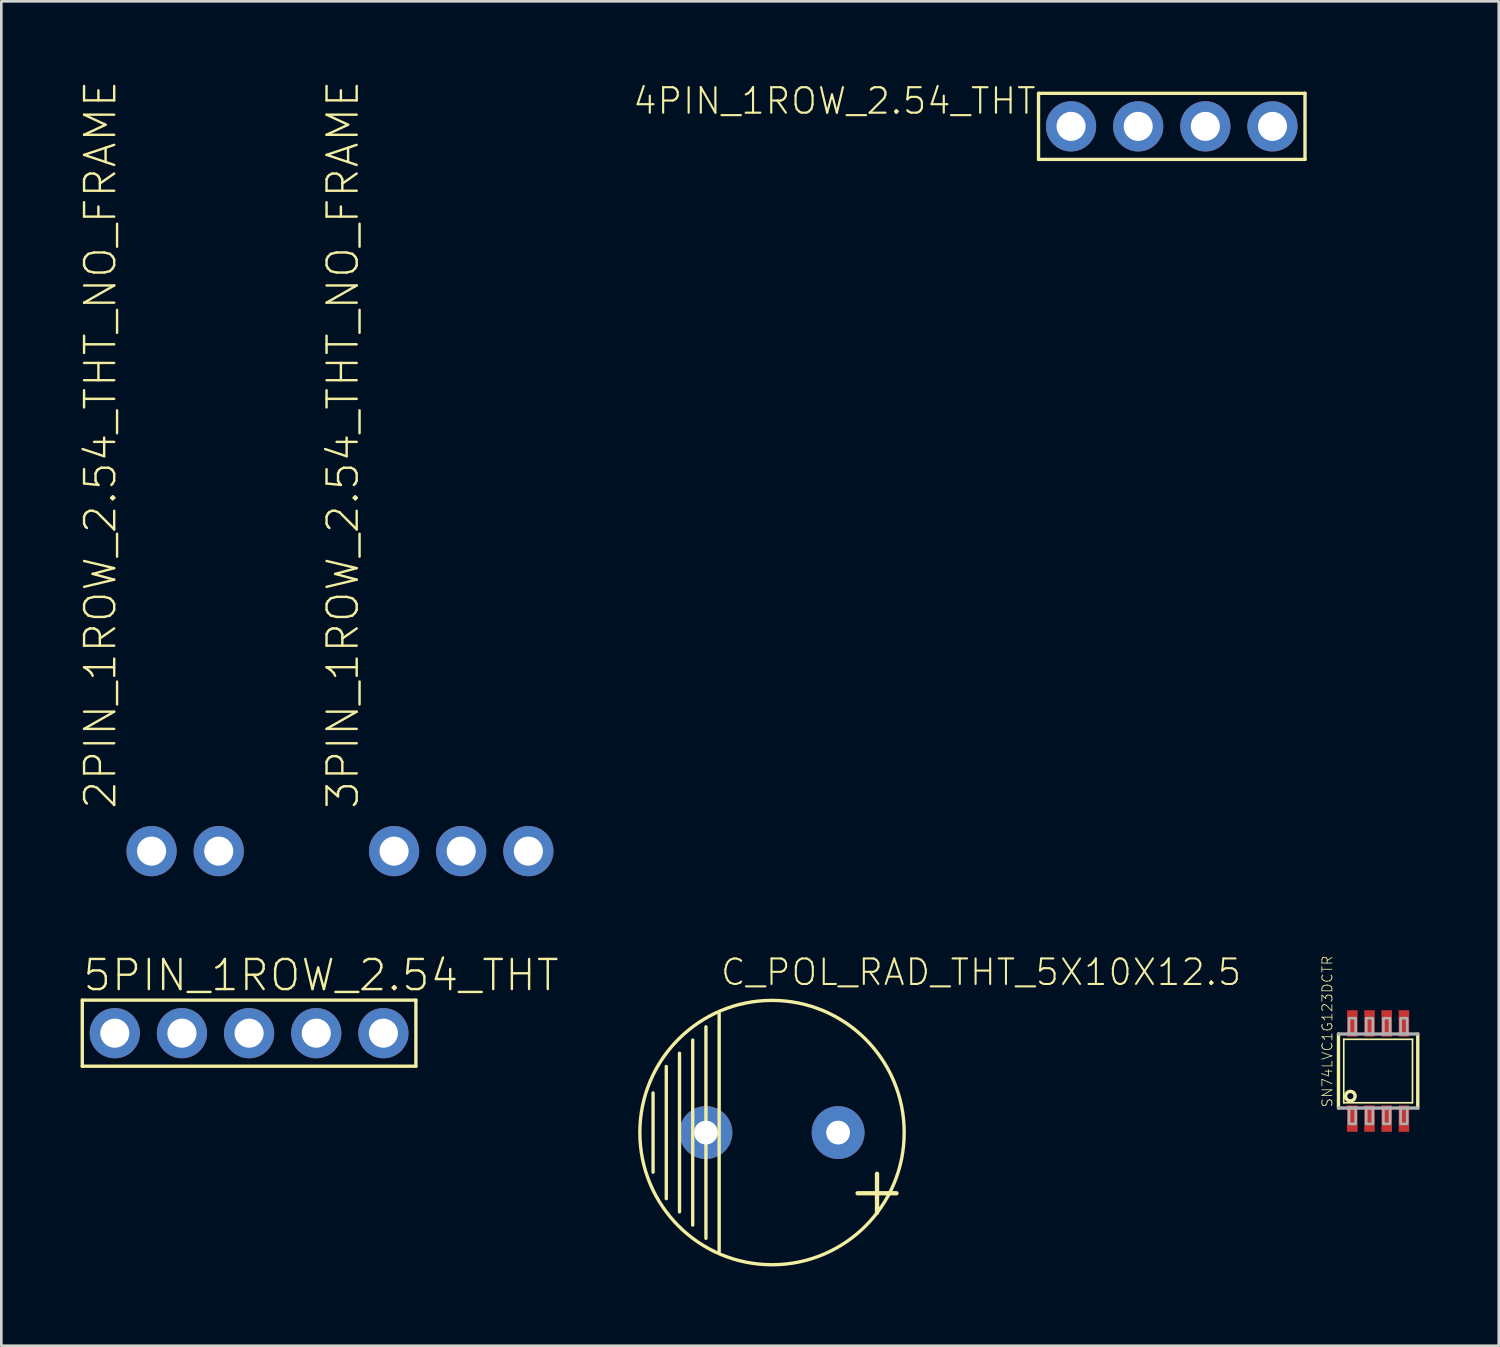
<source format=kicad_pcb>
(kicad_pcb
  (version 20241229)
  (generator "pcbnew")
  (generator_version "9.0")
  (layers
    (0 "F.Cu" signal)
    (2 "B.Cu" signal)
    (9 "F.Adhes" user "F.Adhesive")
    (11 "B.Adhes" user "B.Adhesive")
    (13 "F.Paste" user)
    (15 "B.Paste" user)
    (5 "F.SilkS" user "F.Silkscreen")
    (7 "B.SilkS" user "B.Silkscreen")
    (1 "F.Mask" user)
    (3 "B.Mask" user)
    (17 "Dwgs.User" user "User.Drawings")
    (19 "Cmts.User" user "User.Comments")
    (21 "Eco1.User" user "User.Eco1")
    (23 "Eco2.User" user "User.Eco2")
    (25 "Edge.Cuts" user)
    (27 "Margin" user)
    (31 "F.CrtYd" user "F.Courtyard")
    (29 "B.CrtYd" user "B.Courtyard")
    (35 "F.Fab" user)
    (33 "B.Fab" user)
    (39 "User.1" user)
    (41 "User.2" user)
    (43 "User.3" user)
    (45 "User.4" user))
  (footprint "C_POL_RAD_THT_5X10X12.5"
    (layer "F.Cu")
    (at 26.155 39.794)
    (property "Reference" "C_POL_RAD_THT_5X10X12.5" (at -2 -5.5 180) (layer "F.SilkS") (effects (font (size 0.965 0.965) (thickness 0.077)) (justify left bottom)))
    (attr through_hole)
    (fp_line (start -4.5 -1.5) (end -4.5 1.5) (stroke (width 0.127) (type solid)) (layer "F.SilkS"))
    (fp_line (start -4 -2.5) (end -4 2.5) (stroke (width 0.127) (type solid)) (layer "F.SilkS"))
    (fp_line (start -3.5 -3) (end -3.5 3) (stroke (width 0.127) (type solid)) (layer "F.SilkS"))
    (fp_line (start -3 -3.5) (end -3 3.5) (stroke (width 0.127) (type solid)) (layer "F.SilkS"))
    (fp_line (start -2.5 -4) (end -2.5 4) (stroke (width 0.127) (type solid)) (layer "F.SilkS"))
    (fp_line (start -2 -4.5) (end -2 4.5) (stroke (width 0.127) (type solid)) (layer "F.SilkS"))
    (fp_circle (center 0 0) (end 5 0) (stroke (width 0.127) (type solid)) (fill no) (layer "F.SilkS"))
    (fp_text user "+" (at 2.67 3.275 0) (layer "F.SilkS") (effects (font (size 1.93 1.93) (thickness 0.163)) (justify left bottom)))
    (pad "+" thru_hole circle (at 2.5 0) (size 2 2) (drill 0.9) (layers "*.Cu" "*.Mask"))
    (pad "-" thru_hole circle (at -2.5 0) (size 2 2) (drill 0.9) (layers "*.Cu" "*.Mask")))
  (footprint "2PIN_1ROW_2.54_THT_NO_FRAME"
    (layer "F.Cu")
    (at 3.954 29.147)
    (property "Reference" "2PIN_1ROW_2.54_THT_NO_FRAME" (at -2.54 -1.524 90) (layer "F.SilkS") (effects (font (size 1.14 1.14) (thickness 0.091)) (justify left bottom)))
    (attr through_hole)
    (pad "1" thru_hole circle (at -1.27 0 180) (size 1.9 1.9) (drill 1.1) (layers "*.Cu" "*.Mask"))
    (pad "2" thru_hole circle (at 1.27 0) (size 1.9 1.9) (drill 1.1) (layers "*.Cu" "*.Mask")))
  (footprint "SN74LVC1G123DCTR"
    (layer "F.Cu")
    (at 49.083 37.466)
    (property "Reference" "SN74LVC1G123DCTR" (at -1.7 1.4 90) (layer "F.SilkS") (effects (font (size 0.38 0.38) (thickness 0.03)) (justify left bottom)))
    (attr through_hole)
    (fp_line (start -1.5 -1.4) (end -1.5 1.4) (stroke (width 0.127) (type solid)) (layer "F.SilkS"))
    (fp_line (start -1.3 -1.2) (end 1.3 -1.2) (stroke (width 0.063) (type solid)) (layer "F.SilkS"))
    (fp_line (start -1.3 1.2) (end -1.3 -1.2) (stroke (width 0.063) (type solid)) (layer "F.SilkS"))
    (fp_line (start 1.3 -1.2) (end 1.3 1.2) (stroke (width 0.063) (type solid)) (layer "F.SilkS"))
    (fp_line (start 1.3 1.2) (end -1.3 1.2) (stroke (width 0.063) (type solid)) (layer "F.SilkS"))
    (fp_line (start 1.5 1.4) (end 1.5 -1.4) (stroke (width 0.127) (type solid)) (layer "F.SilkS"))
    (fp_circle (center -1.05 0.95) (end -0.87 0.95) (stroke (width 0.127) (type solid)) (fill no) (layer "F.SilkS"))
    (fp_line (start -1.5 1.4) (end 1.5 1.4) (stroke (width 0.127) (type solid)) (layer "F.Fab"))
    (fp_line (start 1.5 -1.4) (end -1.5 -1.4) (stroke (width 0.127) (type solid)) (layer "F.Fab"))
    (fp_poly (pts (xy -1.1 -1.4) (xy -0.85 -1.4) (xy -0.85 -2) (xy -1.1 -2)) (stroke (width 0.1) (type solid)) (fill no) (layer "F.Fab"))
    (fp_poly (pts (xy -1.1 2) (xy -0.85 2) (xy -0.85 1.4) (xy -1.1 1.4)) (stroke (width 0.1) (type solid)) (fill no) (layer "F.Fab"))
    (fp_poly (pts (xy -0.45 -1.4) (xy -0.2 -1.4) (xy -0.2 -2) (xy -0.45 -2)) (stroke (width 0.1) (type solid)) (fill no) (layer "F.Fab"))
    (fp_poly (pts (xy -0.45 2) (xy -0.2 2) (xy -0.2 1.4) (xy -0.45 1.4)) (stroke (width 0.1) (type solid)) (fill no) (layer "F.Fab"))
    (fp_poly (pts (xy 0.2 -1.4) (xy 0.45 -1.4) (xy 0.45 -2) (xy 0.2 -2)) (stroke (width 0.1) (type solid)) (fill no) (layer "F.Fab"))
    (fp_poly (pts (xy 0.2 2) (xy 0.45 2) (xy 0.45 1.4) (xy 0.2 1.4)) (stroke (width 0.1) (type solid)) (fill no) (layer "F.Fab"))
    (fp_poly (pts (xy 0.85 -1.4) (xy 1.1 -1.4) (xy 1.1 -2) (xy 0.85 -2)) (stroke (width 0.1) (type solid)) (fill no) (layer "F.Fab"))
    (fp_poly (pts (xy 0.85 2) (xy 1.1 2) (xy 1.1 1.4) (xy 0.85 1.4)) (stroke (width 0.1) (type solid)) (fill no) (layer "F.Fab"))
    (pad "1" smd rect (at -0.975 1.8) (size 0.4 1) (layers "F.Cu" "F.Mask" "F.Paste"))
    (pad "2" smd rect (at -0.325 1.8) (size 0.4 1) (layers "F.Cu" "F.Mask" "F.Paste"))
    (pad "3" smd rect (at 0.325 1.8) (size 0.4 1) (layers "F.Cu" "F.Mask" "F.Paste"))
    (pad "4" smd rect (at 0.975 1.8) (size 0.4 1) (layers "F.Cu" "F.Mask" "F.Paste"))
    (pad "5" smd rect (at 0.975 -1.8) (size 0.4 1) (layers "F.Cu" "F.Mask" "F.Paste"))
    (pad "6" smd rect (at 0.325 -1.8) (size 0.4 1) (layers "F.Cu" "F.Mask" "F.Paste"))
    (pad "7" smd rect (at -0.325 -1.8) (size 0.4 1) (layers "F.Cu" "F.Mask" "F.Paste"))
    (pad "8" smd rect (at -0.975 -1.8) (size 0.4 1) (layers "F.Cu" "F.Mask" "F.Paste")))
  (footprint "3PIN_1ROW_2.54_THT_NO_FRAME"
    (layer "F.Cu")
    (at 14.397 29.147)
    (property "Reference" "3PIN_1ROW_2.54_THT_NO_FRAME" (at -3.81 -1.524 270) (layer "F.SilkS") (effects (font (size 1.14 1.14) (thickness 0.091)) (justify left bottom)))
    (attr through_hole)
    (pad "1" thru_hole circle (at -2.54 0 180) (size 1.9 1.9) (drill 1.1) (layers "*.Cu" "*.Mask"))
    (pad "2" thru_hole circle (at 0 0) (size 1.9 1.9) (drill 1.1) (layers "*.Cu" "*.Mask"))
    (pad "3" thru_hole circle (at 2.54 0) (size 1.9 1.9) (drill 1.1) (layers "*.Cu" "*.Mask")))
  (footprint "5PIN_1ROW_2.54_THT"
    (layer "F.Cu")
    (at 6.373 36.034)
    (property "Reference" "5PIN_1ROW_2.54_THT" (at -6.35 -1.524 180) (layer "F.SilkS") (effects (font (size 1.14 1.14) (thickness 0.091)) (justify left bottom)))
    (attr through_hole)
    (fp_line (start -6.31 -1.25) (end -6.31 1.25) (stroke (width 0.127) (type solid)) (layer "F.SilkS"))
    (fp_line (start -6.31 1.25) (end 6.31 1.25) (stroke (width 0.127) (type solid)) (layer "F.SilkS"))
    (fp_line (start 6.31 -1.25) (end -6.31 -1.25) (stroke (width 0.127) (type solid)) (layer "F.SilkS"))
    (fp_line (start 6.31 1.25) (end 6.31 -1.25) (stroke (width 0.127) (type solid)) (layer "F.SilkS"))
    (pad "1" thru_hole circle (at -5.08 0 180) (size 1.9 1.9) (drill 1.1) (layers "*.Cu" "*.Mask"))
    (pad "2" thru_hole circle (at -2.54 0) (size 1.9 1.9) (drill 1.1) (layers "*.Cu" "*.Mask"))
    (pad "3" thru_hole circle (at 0 0) (size 1.9 1.9) (drill 1.1) (layers "*.Cu" "*.Mask"))
    (pad "4" thru_hole circle (at 2.54 0) (size 1.9 1.9) (drill 1.1) (layers "*.Cu" "*.Mask"))
    (pad "5" thru_hole circle (at 5.08 0) (size 1.9 1.9) (drill 1.1) (layers "*.Cu" "*.Mask")))
  (footprint "4PIN_1ROW_2.54_THT"
    (layer "F.Cu")
    (at 41.277 1.73)
    (property "Reference" "4PIN_1ROW_2.54_THT" (at -5.08 -1.524 0) (layer "F.SilkS") (effects (font (size 0.965 0.965) (thickness 0.081)) (justify right top)))
    (attr through_hole)
    (fp_line (start -5.04 -1.25) (end -5.04 1.25) (stroke (width 0.127) (type solid)) (layer "F.SilkS"))
    (fp_line (start -5.04 1.25) (end 5.04 1.25) (stroke (width 0.127) (type solid)) (layer "F.SilkS"))
    (fp_line (start 5.04 -1.25) (end -5.04 -1.25) (stroke (width 0.127) (type solid)) (layer "F.SilkS"))
    (fp_line (start 5.04 1.25) (end 5.04 -1.25) (stroke (width 0.127) (type solid)) (layer "F.SilkS"))
    (pad "1" thru_hole circle (at -3.81 0 180) (size 1.9 1.9) (drill 1.1) (layers "*.Cu" "*.Mask"))
    (pad "2" thru_hole circle (at -1.27 0) (size 1.9 1.9) (drill 1.1) (layers "*.Cu" "*.Mask"))
    (pad "3" thru_hole circle (at 1.27 0) (size 1.9 1.9) (drill 1.1) (layers "*.Cu" "*.Mask"))
    (pad "4" thru_hole circle (at 3.81 0) (size 1.9 1.9) (drill 1.1) (layers "*.Cu" "*.Mask")))
  (gr_rect
    (start -3 -3)
    (end 53.646 47.857)
    (stroke (width 0.1) (type default))
    (fill no)
    (layer "Edge.Cuts")))
</source>
